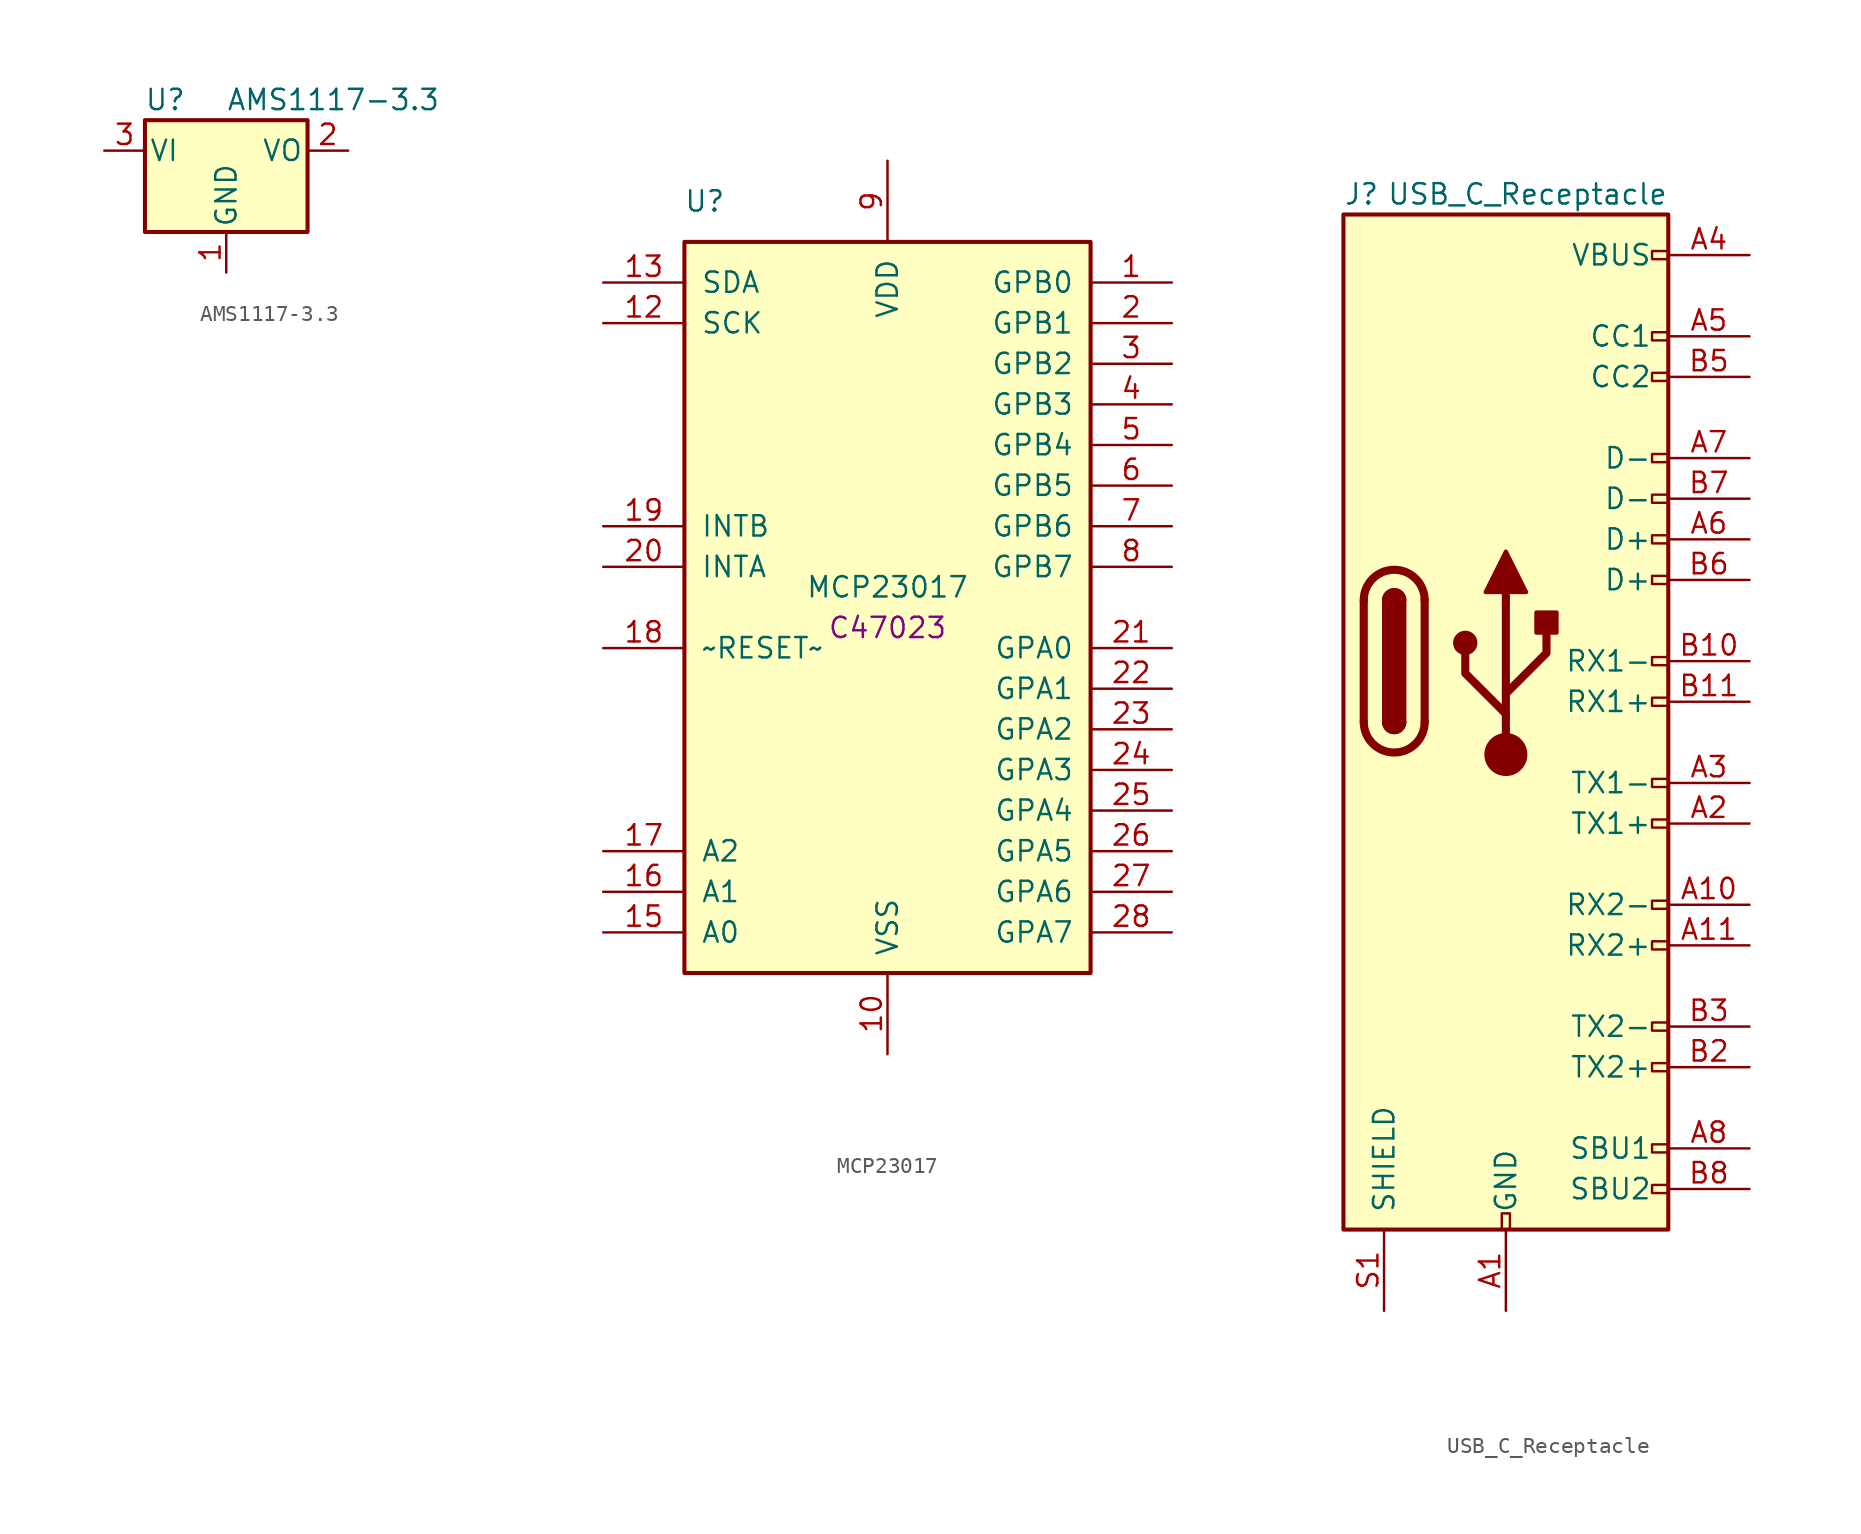
<source format=kicad_sym>
(kicad_symbol_lib
  (version 20210619)
  (generator kicad_symbol_editor)
  (symbol "AMS1117-3.3"
    (pin_names
      (offset 0.254))
    (property "Reference" "U"
      (at -3.81 3.175 0)
      (effects (font (size 1.27 1.27))))
    (property "Value" "AMS1117-3.3"
      (at 0 3.175 0)
      (effects (font (size 1.27 1.27)) (justify left)))
    (symbol "AMS1117-3.3_0_1"
      (rectangle (start -5.08 -5.08) (end 5.08 1.905) (stroke (width 0.254)) (fill (type background))))
    (symbol "AMS1117-3.3_1_1"
      (pin power_in line (at 0 -7.62 90) (length 2.54) (name "GND" (effects (font (size 1.27 1.27)))) (number "1" (effects (font (size 1.27 1.27)))))
      (pin power_out line (at 7.62 0 180) (length 2.54) (name "VO" (effects (font (size 1.27 1.27)))) (number "2" (effects (font (size 1.27 1.27)))))
      (pin power_in line (at -7.62 0 0) (length 2.54) (name "VI" (effects (font (size 1.27 1.27)))) (number "3" (effects (font (size 1.27 1.27)))))))
  (symbol "MCP23017"
    (pin_names
      (offset 1.016))
    (property "Reference" "U"
      (at -11.43 25.4 0)
      (effects (font (size 1.27 1.27))))
    (property "Value" "MCP23017"
      (at 0 1.27 0)
      (effects (font (size 1.27 1.27))))
    (property "LCSC" "C47023"
      (at 0 -1.27 0)
      (effects (font (size 1.27 1.27))))
    (symbol "MCP23017_1_1"
      (rectangle (start -12.7 22.86) (end 12.7 -22.86) (stroke (width 0.254)) (fill (type background)))
      (pin bidirectional line (at 17.78 20.32 180) (length 5.08) (name "GPB0" (effects (font (size 1.27 1.27)))) (number "1" (effects (font (size 1.27 1.27)))))
      (pin power_in line (at 0 -27.94 90) (length 5.08) (name "VSS" (effects (font (size 1.27 1.27)))) (number "10" (effects (font (size 1.27 1.27)))))
      (pin no_connect line (at -12.7 15.24 0) (length 5.08) hide (name "NC" (effects (font (size 1.27 1.27)))) (number "11" (effects (font (size 1.27 1.27)))))
      (pin input line (at -17.78 17.78 0) (length 5.08) (name "SCK" (effects (font (size 1.27 1.27)))) (number "12" (effects (font (size 1.27 1.27)))))
      (pin bidirectional line (at -17.78 20.32 0) (length 5.08) (name "SDA" (effects (font (size 1.27 1.27)))) (number "13" (effects (font (size 1.27 1.27)))))
      (pin no_connect line (at -12.7 12.7 0) (length 5.08) hide (name "NC" (effects (font (size 1.27 1.27)))) (number "14" (effects (font (size 1.27 1.27)))))
      (pin input line (at -17.78 -20.32 0) (length 5.08) (name "A0" (effects (font (size 1.27 1.27)))) (number "15" (effects (font (size 1.27 1.27)))))
      (pin input line (at -17.78 -17.78 0) (length 5.08) (name "A1" (effects (font (size 1.27 1.27)))) (number "16" (effects (font (size 1.27 1.27)))))
      (pin input line (at -17.78 -15.24 0) (length 5.08) (name "A2" (effects (font (size 1.27 1.27)))) (number "17" (effects (font (size 1.27 1.27)))))
      (pin input line (at -17.78 -2.54 0) (length 5.08) (name "~RESET~" (effects (font (size 1.27 1.27)))) (number "18" (effects (font (size 1.27 1.27)))))
      (pin tri_state line (at -17.78 5.08 0) (length 5.08) (name "INTB" (effects (font (size 1.27 1.27)))) (number "19" (effects (font (size 1.27 1.27)))))
      (pin bidirectional line (at 17.78 17.78 180) (length 5.08) (name "GPB1" (effects (font (size 1.27 1.27)))) (number "2" (effects (font (size 1.27 1.27)))))
      (pin tri_state line (at -17.78 2.54 0) (length 5.08) (name "INTA" (effects (font (size 1.27 1.27)))) (number "20" (effects (font (size 1.27 1.27)))))
      (pin bidirectional line (at 17.78 -2.54 180) (length 5.08) (name "GPA0" (effects (font (size 1.27 1.27)))) (number "21" (effects (font (size 1.27 1.27)))))
      (pin bidirectional line (at 17.78 -5.08 180) (length 5.08) (name "GPA1" (effects (font (size 1.27 1.27)))) (number "22" (effects (font (size 1.27 1.27)))))
      (pin bidirectional line (at 17.78 -7.62 180) (length 5.08) (name "GPA2" (effects (font (size 1.27 1.27)))) (number "23" (effects (font (size 1.27 1.27)))))
      (pin bidirectional line (at 17.78 -10.16 180) (length 5.08) (name "GPA3" (effects (font (size 1.27 1.27)))) (number "24" (effects (font (size 1.27 1.27)))))
      (pin bidirectional line (at 17.78 -12.7 180) (length 5.08) (name "GPA4" (effects (font (size 1.27 1.27)))) (number "25" (effects (font (size 1.27 1.27)))))
      (pin bidirectional line (at 17.78 -15.24 180) (length 5.08) (name "GPA5" (effects (font (size 1.27 1.27)))) (number "26" (effects (font (size 1.27 1.27)))))
      (pin bidirectional line (at 17.78 -17.78 180) (length 5.08) (name "GPA6" (effects (font (size 1.27 1.27)))) (number "27" (effects (font (size 1.27 1.27)))))
      (pin bidirectional line (at 17.78 -20.32 180) (length 5.08) (name "GPA7" (effects (font (size 1.27 1.27)))) (number "28" (effects (font (size 1.27 1.27)))))
      (pin bidirectional line (at 17.78 15.24 180) (length 5.08) (name "GPB2" (effects (font (size 1.27 1.27)))) (number "3" (effects (font (size 1.27 1.27)))))
      (pin bidirectional line (at 17.78 12.7 180) (length 5.08) (name "GPB3" (effects (font (size 1.27 1.27)))) (number "4" (effects (font (size 1.27 1.27)))))
      (pin bidirectional line (at 17.78 10.16 180) (length 5.08) (name "GPB4" (effects (font (size 1.27 1.27)))) (number "5" (effects (font (size 1.27 1.27)))))
      (pin bidirectional line (at 17.78 7.62 180) (length 5.08) (name "GPB5" (effects (font (size 1.27 1.27)))) (number "6" (effects (font (size 1.27 1.27)))))
      (pin bidirectional line (at 17.78 5.08 180) (length 5.08) (name "GPB6" (effects (font (size 1.27 1.27)))) (number "7" (effects (font (size 1.27 1.27)))))
      (pin bidirectional line (at 17.78 2.54 180) (length 5.08) (name "GPB7" (effects (font (size 1.27 1.27)))) (number "8" (effects (font (size 1.27 1.27)))))
      (pin power_in line (at 0 27.94 270) (length 5.08) (name "VDD" (effects (font (size 1.27 1.27)))) (number "9" (effects (font (size 1.27 1.27)))))))
  (symbol "USB_C_Receptacle"
    (pin_names
      (offset 1.016))
    (property "Reference" "J"
      (at -10.16 29.21 0)
      (effects (font (size 1.27 1.27)) (justify left)))
    (property "Value" "USB_C_Receptacle"
      (at 10.16 29.21 0)
      (effects (font (size 1.27 1.27)) (justify right)))
    (symbol "USB_C_Receptacle_0_0"
      (rectangle (start -0.254 -35.56) (end 0.254 -34.544) (stroke (width 0)) (fill (type none)))
      (rectangle (start 10.16 -32.766) (end 9.144 -33.274) (stroke (width 0)) (fill (type none)))
      (rectangle (start 10.16 -30.226) (end 9.144 -30.734) (stroke (width 0)) (fill (type none)))
      (rectangle (start 10.16 -25.146) (end 9.144 -25.654) (stroke (width 0)) (fill (type none)))
      (rectangle (start 10.16 -22.606) (end 9.144 -23.114) (stroke (width 0)) (fill (type none)))
      (rectangle (start 10.16 -17.526) (end 9.144 -18.034) (stroke (width 0)) (fill (type none)))
      (rectangle (start 10.16 -14.986) (end 9.144 -15.494) (stroke (width 0)) (fill (type none)))
      (rectangle (start 10.16 -9.906) (end 9.144 -10.414) (stroke (width 0)) (fill (type none)))
      (rectangle (start 10.16 -7.366) (end 9.144 -7.874) (stroke (width 0)) (fill (type none)))
      (rectangle (start 10.16 -2.286) (end 9.144 -2.794) (stroke (width 0)) (fill (type none)))
      (rectangle (start 10.16 0.254) (end 9.144 -0.254) (stroke (width 0)) (fill (type none)))
      (rectangle (start 10.16 5.334) (end 9.144 4.826) (stroke (width 0)) (fill (type none)))
      (rectangle (start 10.16 7.874) (end 9.144 7.366) (stroke (width 0)) (fill (type none)))
      (rectangle (start 10.16 10.414) (end 9.144 9.906) (stroke (width 0)) (fill (type none)))
      (rectangle (start 10.16 12.954) (end 9.144 12.446) (stroke (width 0)) (fill (type none)))
      (rectangle (start 10.16 18.034) (end 9.144 17.526) (stroke (width 0)) (fill (type none)))
      (rectangle (start 10.16 20.574) (end 9.144 20.066) (stroke (width 0)) (fill (type none)))
      (rectangle (start 10.16 25.654) (end 9.144 25.146) (stroke (width 0)) (fill (type none))))
    (symbol "USB_C_Receptacle_0_1"
      (arc (start -8.89 -3.81) (end -5.08 -3.81) (radius (at -6.985 -3.81) (length 1.905) (angles -179.9 -0.1)) (stroke (width 0.508)) (fill (type none)))
      (arc (start -7.62 -3.81) (end -6.35 -3.81) (radius (at -6.985 -3.81) (length 0.635) (angles -179.9 -0.1)) (stroke (width 0.254)) (fill (type none)))
      (arc (start -6.35 3.81) (end -7.62 3.81) (radius (at -6.985 3.81) (length 0.635) (angles 0.1 179.9)) (stroke (width 0.254)) (fill (type none)))
      (arc (start -5.08 3.81) (end -8.89 3.81) (radius (at -6.985 3.81) (length 1.905) (angles 0.1 179.9)) (stroke (width 0.508)) (fill (type none)))
      (arc (start -7.62 -3.81) (end -6.35 -3.81) (radius (at -6.985 -3.81) (length 0.635) (angles -179.9 -0.1)) (stroke (width 0.254)) (fill (type outline)))
      (arc (start -6.35 3.81) (end -7.62 3.81) (radius (at -6.985 3.81) (length 0.635) (angles 0.1 179.9)) (stroke (width 0.254)) (fill (type outline)))
      (rectangle (start -7.62 -3.81) (end -6.35 3.81) (stroke (width 0.254)) (fill (type outline)))
      (rectangle (start -10.16 27.94) (end 10.16 -35.56) (stroke (width 0.254)) (fill (type background)))
      (polyline (pts (xy -8.89 -3.81) (xy -8.89 3.81)) (stroke (width 0.508)) (fill (type none)))
      (polyline (pts (xy -5.08 3.81) (xy -5.08 -3.81)) (stroke (width 0.508)) (fill (type none))))
    (symbol "USB_C_Receptacle_1_1"
      (circle (center -2.54 1.143) (radius 0.635) (stroke (width 0.254)) (fill (type outline)))
      (circle (center 0 -5.842) (radius 1.27) (stroke (width 0)) (fill (type outline)))
      (rectangle (start 1.905 1.778) (end 3.175 3.048) (stroke (width 0.254)) (fill (type outline)))
      (polyline (pts (xy 0 -5.842) (xy 0 4.318)) (stroke (width 0.508)) (fill (type none)))
      (polyline (pts (xy 0 -3.302) (xy -2.54 -0.762) (xy -2.54 0.508)) (stroke (width 0.508)) (fill (type none)))
      (polyline (pts (xy 0 -2.032) (xy 2.54 0.508) (xy 2.54 1.778)) (stroke (width 0.508)) (fill (type none)))
      (polyline (pts (xy -1.27 4.318) (xy 0 6.858) (xy 1.27 4.318) (xy -1.27 4.318)) (stroke (width 0.254)) (fill (type outline)))
      (pin passive line (at 0 -40.64 90) (length 5.08) (name "GND" (effects (font (size 1.27 1.27)))) (number "A1" (effects (font (size 1.27 1.27)))))
      (pin bidirectional line (at 15.24 -15.24 180) (length 5.08) (name "RX2-" (effects (font (size 1.27 1.27)))) (number "A10" (effects (font (size 1.27 1.27)))))
      (pin bidirectional line (at 15.24 -17.78 180) (length 5.08) (name "RX2+" (effects (font (size 1.27 1.27)))) (number "A11" (effects (font (size 1.27 1.27)))))
      (pin passive line (at 0 -40.64 90) (length 5.08) hide (name "GND" (effects (font (size 1.27 1.27)))) (number "A12" (effects (font (size 1.27 1.27)))))
      (pin bidirectional line (at 15.24 -10.16 180) (length 5.08) (name "TX1+" (effects (font (size 1.27 1.27)))) (number "A2" (effects (font (size 1.27 1.27)))))
      (pin bidirectional line (at 15.24 -7.62 180) (length 5.08) (name "TX1-" (effects (font (size 1.27 1.27)))) (number "A3" (effects (font (size 1.27 1.27)))))
      (pin passive line (at 15.24 25.4 180) (length 5.08) (name "VBUS" (effects (font (size 1.27 1.27)))) (number "A4" (effects (font (size 1.27 1.27)))))
      (pin bidirectional line (at 15.24 20.32 180) (length 5.08) (name "CC1" (effects (font (size 1.27 1.27)))) (number "A5" (effects (font (size 1.27 1.27)))))
      (pin bidirectional line (at 15.24 7.62 180) (length 5.08) (name "D+" (effects (font (size 1.27 1.27)))) (number "A6" (effects (font (size 1.27 1.27)))))
      (pin bidirectional line (at 15.24 12.7 180) (length 5.08) (name "D-" (effects (font (size 1.27 1.27)))) (number "A7" (effects (font (size 1.27 1.27)))))
      (pin bidirectional line (at 15.24 -30.48 180) (length 5.08) (name "SBU1" (effects (font (size 1.27 1.27)))) (number "A8" (effects (font (size 1.27 1.27)))))
      (pin passive line (at 15.24 25.4 180) (length 5.08) hide (name "VBUS" (effects (font (size 1.27 1.27)))) (number "A9" (effects (font (size 1.27 1.27)))))
      (pin passive line (at 0 -40.64 90) (length 5.08) hide (name "GND" (effects (font (size 1.27 1.27)))) (number "B1" (effects (font (size 1.27 1.27)))))
      (pin bidirectional line (at 15.24 0 180) (length 5.08) (name "RX1-" (effects (font (size 1.27 1.27)))) (number "B10" (effects (font (size 1.27 1.27)))))
      (pin bidirectional line (at 15.24 -2.54 180) (length 5.08) (name "RX1+" (effects (font (size 1.27 1.27)))) (number "B11" (effects (font (size 1.27 1.27)))))
      (pin passive line (at 0 -40.64 90) (length 5.08) hide (name "GND" (effects (font (size 1.27 1.27)))) (number "B12" (effects (font (size 1.27 1.27)))))
      (pin bidirectional line (at 15.24 -25.4 180) (length 5.08) (name "TX2+" (effects (font (size 1.27 1.27)))) (number "B2" (effects (font (size 1.27 1.27)))))
      (pin bidirectional line (at 15.24 -22.86 180) (length 5.08) (name "TX2-" (effects (font (size 1.27 1.27)))) (number "B3" (effects (font (size 1.27 1.27)))))
      (pin passive line (at 15.24 25.4 180) (length 5.08) hide (name "VBUS" (effects (font (size 1.27 1.27)))) (number "B4" (effects (font (size 1.27 1.27)))))
      (pin bidirectional line (at 15.24 17.78 180) (length 5.08) (name "CC2" (effects (font (size 1.27 1.27)))) (number "B5" (effects (font (size 1.27 1.27)))))
      (pin bidirectional line (at 15.24 5.08 180) (length 5.08) (name "D+" (effects (font (size 1.27 1.27)))) (number "B6" (effects (font (size 1.27 1.27)))))
      (pin bidirectional line (at 15.24 10.16 180) (length 5.08) (name "D-" (effects (font (size 1.27 1.27)))) (number "B7" (effects (font (size 1.27 1.27)))))
      (pin bidirectional line (at 15.24 -33.02 180) (length 5.08) (name "SBU2" (effects (font (size 1.27 1.27)))) (number "B8" (effects (font (size 1.27 1.27)))))
      (pin passive line (at 15.24 25.4 180) (length 5.08) hide (name "VBUS" (effects (font (size 1.27 1.27)))) (number "B9" (effects (font (size 1.27 1.27)))))
      (pin passive line (at -7.62 -40.64 90) (length 5.08) (name "SHIELD" (effects (font (size 1.27 1.27)))) (number "S1" (effects (font (size 1.27 1.27))))))))
</source>
